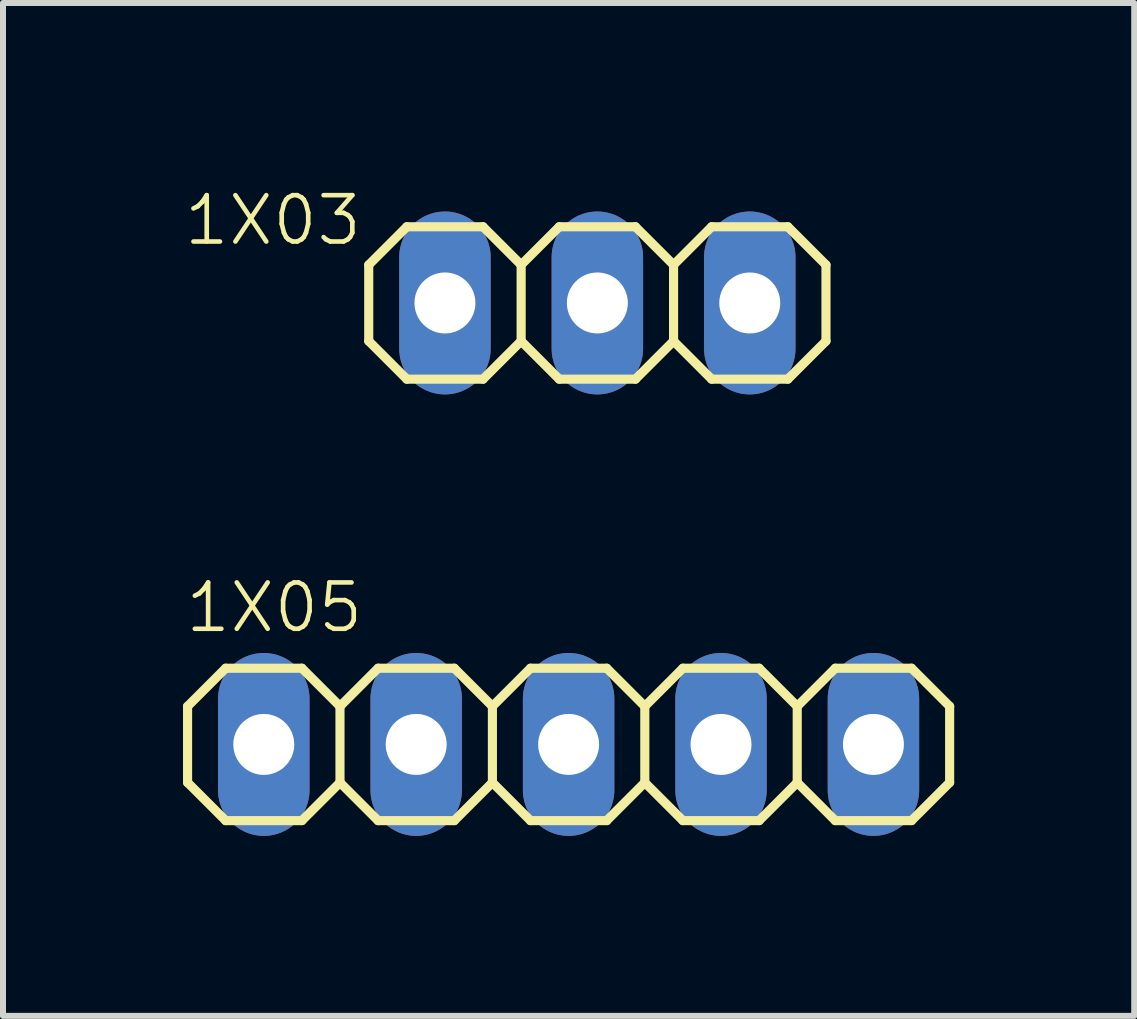
<source format=kicad_pcb>
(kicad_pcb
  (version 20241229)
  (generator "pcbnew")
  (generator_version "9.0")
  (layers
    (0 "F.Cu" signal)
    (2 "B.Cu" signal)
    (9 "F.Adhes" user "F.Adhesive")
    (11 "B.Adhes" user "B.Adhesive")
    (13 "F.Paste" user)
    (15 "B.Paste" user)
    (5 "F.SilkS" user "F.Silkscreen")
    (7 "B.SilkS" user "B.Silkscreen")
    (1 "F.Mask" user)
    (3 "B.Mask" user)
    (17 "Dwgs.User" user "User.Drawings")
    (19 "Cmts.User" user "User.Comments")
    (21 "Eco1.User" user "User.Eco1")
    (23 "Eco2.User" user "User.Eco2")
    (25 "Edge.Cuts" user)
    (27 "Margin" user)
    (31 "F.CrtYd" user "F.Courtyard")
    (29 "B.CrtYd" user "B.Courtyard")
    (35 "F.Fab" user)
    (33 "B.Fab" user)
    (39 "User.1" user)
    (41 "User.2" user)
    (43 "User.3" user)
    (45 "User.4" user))
  (footprint "1X03"
    (layer "F.Cu")
    (at 6.905 1.999)
    (property "Reference" "1X03" (at -3.886 -1.829 180) (layer "F.SilkS") (effects (font (size 0.772 0.772) (thickness 0.077)) (justify right top)))
    (attr through_hole)
    (fp_line (start -3.81 -0.635) (end -3.81 0.635) (stroke (width 0.152) (type solid)) (layer "F.SilkS"))
    (fp_line (start -3.81 0.635) (end -3.175 1.27) (stroke (width 0.152) (type solid)) (layer "F.SilkS"))
    (fp_line (start -3.175 -1.27) (end -3.81 -0.635) (stroke (width 0.152) (type solid)) (layer "F.SilkS"))
    (fp_line (start -3.175 -1.27) (end -1.905 -1.27) (stroke (width 0.152) (type solid)) (layer "F.SilkS"))
    (fp_line (start -1.905 -1.27) (end -1.27 -0.635) (stroke (width 0.152) (type solid)) (layer "F.SilkS"))
    (fp_line (start -1.905 1.27) (end -3.175 1.27) (stroke (width 0.152) (type solid)) (layer "F.SilkS"))
    (fp_line (start -1.27 -0.635) (end -1.27 0.635) (stroke (width 0.152) (type solid)) (layer "F.SilkS"))
    (fp_line (start -1.27 -0.635) (end -0.635 -1.27) (stroke (width 0.152) (type solid)) (layer "F.SilkS"))
    (fp_line (start -1.27 0.635) (end -1.905 1.27) (stroke (width 0.152) (type solid)) (layer "F.SilkS"))
    (fp_line (start -0.635 -1.27) (end 0.635 -1.27) (stroke (width 0.152) (type solid)) (layer "F.SilkS"))
    (fp_line (start -0.635 1.27) (end -1.27 0.635) (stroke (width 0.152) (type solid)) (layer "F.SilkS"))
    (fp_line (start 0.635 -1.27) (end 1.27 -0.635) (stroke (width 0.152) (type solid)) (layer "F.SilkS"))
    (fp_line (start 0.635 1.27) (end -0.635 1.27) (stroke (width 0.152) (type solid)) (layer "F.SilkS"))
    (fp_line (start 1.27 -0.635) (end 1.27 0.635) (stroke (width 0.152) (type solid)) (layer "F.SilkS"))
    (fp_line (start 1.27 -0.635) (end 1.905 -1.27) (stroke (width 0.152) (type solid)) (layer "F.SilkS"))
    (fp_line (start 1.27 0.635) (end 0.635 1.27) (stroke (width 0.152) (type solid)) (layer "F.SilkS"))
    (fp_line (start 1.905 -1.27) (end 3.175 -1.27) (stroke (width 0.152) (type solid)) (layer "F.SilkS"))
    (fp_line (start 1.905 1.27) (end 1.27 0.635) (stroke (width 0.152) (type solid)) (layer "F.SilkS"))
    (fp_line (start 3.175 -1.27) (end 3.81 -0.635) (stroke (width 0.152) (type solid)) (layer "F.SilkS"))
    (fp_line (start 3.175 1.27) (end 1.905 1.27) (stroke (width 0.152) (type solid)) (layer "F.SilkS"))
    (fp_line (start 3.81 -0.635) (end 3.81 0.635) (stroke (width 0.152) (type solid)) (layer "F.SilkS"))
    (fp_line (start 3.81 0.635) (end 3.175 1.27) (stroke (width 0.152) (type solid)) (layer "F.SilkS"))
    (fp_poly (pts (xy -2.794 0.254) (xy -2.286 0.254) (xy -2.286 -0.254) (xy -2.794 -0.254)) (stroke (width 0.1) (type solid)) (fill no) (layer "F.Fab"))
    (fp_poly (pts (xy -0.254 0.254) (xy 0.254 0.254) (xy 0.254 -0.254) (xy -0.254 -0.254)) (stroke (width 0.1) (type solid)) (fill no) (layer "F.Fab"))
    (fp_poly (pts (xy 2.286 0.254) (xy 2.794 0.254) (xy 2.794 -0.254) (xy 2.286 -0.254)) (stroke (width 0.1) (type solid)) (fill no) (layer "F.Fab"))
    (pad "1" thru_hole oval (at -2.54 0 90) (size 3.048 1.524) (drill 1.016) (layers "*.Cu" "*.Mask"))
    (pad "2" thru_hole oval (at 0 0 90) (size 3.048 1.524) (drill 1.016) (layers "*.Cu" "*.Mask"))
    (pad "3" thru_hole oval (at 2.54 0 90) (size 3.048 1.524) (drill 1.016) (layers "*.Cu" "*.Mask")))
  (footprint "1X05"
    (layer "F.Cu")
    (at 6.426 9.356)
    (property "Reference" "1X05" (at -6.426 -1.829 0) (layer "F.SilkS") (effects (font (size 0.772 0.772) (thickness 0.077)) (justify left bottom)))
    (attr through_hole)
    (fp_line (start -6.35 -0.635) (end -6.35 0.635) (stroke (width 0.152) (type solid)) (layer "F.SilkS"))
    (fp_line (start -6.35 0.635) (end -5.715 1.27) (stroke (width 0.152) (type solid)) (layer "F.SilkS"))
    (fp_line (start -5.715 -1.27) (end -6.35 -0.635) (stroke (width 0.152) (type solid)) (layer "F.SilkS"))
    (fp_line (start -5.715 -1.27) (end -4.445 -1.27) (stroke (width 0.152) (type solid)) (layer "F.SilkS"))
    (fp_line (start -4.445 -1.27) (end -3.81 -0.635) (stroke (width 0.152) (type solid)) (layer "F.SilkS"))
    (fp_line (start -4.445 1.27) (end -5.715 1.27) (stroke (width 0.152) (type solid)) (layer "F.SilkS"))
    (fp_line (start -3.81 -0.635) (end -3.81 0.635) (stroke (width 0.152) (type solid)) (layer "F.SilkS"))
    (fp_line (start -3.81 -0.635) (end -3.175 -1.27) (stroke (width 0.152) (type solid)) (layer "F.SilkS"))
    (fp_line (start -3.81 0.635) (end -4.445 1.27) (stroke (width 0.152) (type solid)) (layer "F.SilkS"))
    (fp_line (start -3.175 -1.27) (end -1.905 -1.27) (stroke (width 0.152) (type solid)) (layer "F.SilkS"))
    (fp_line (start -3.175 1.27) (end -3.81 0.635) (stroke (width 0.152) (type solid)) (layer "F.SilkS"))
    (fp_line (start -1.905 -1.27) (end -1.27 -0.635) (stroke (width 0.152) (type solid)) (layer "F.SilkS"))
    (fp_line (start -1.905 1.27) (end -3.175 1.27) (stroke (width 0.152) (type solid)) (layer "F.SilkS"))
    (fp_line (start -1.27 -0.635) (end -1.27 0.635) (stroke (width 0.152) (type solid)) (layer "F.SilkS"))
    (fp_line (start -1.27 -0.635) (end -0.635 -1.27) (stroke (width 0.152) (type solid)) (layer "F.SilkS"))
    (fp_line (start -1.27 0.635) (end -1.905 1.27) (stroke (width 0.152) (type solid)) (layer "F.SilkS"))
    (fp_line (start -0.635 -1.27) (end 0.635 -1.27) (stroke (width 0.152) (type solid)) (layer "F.SilkS"))
    (fp_line (start -0.635 1.27) (end -1.27 0.635) (stroke (width 0.152) (type solid)) (layer "F.SilkS"))
    (fp_line (start 0.635 -1.27) (end 1.27 -0.635) (stroke (width 0.152) (type solid)) (layer "F.SilkS"))
    (fp_line (start 0.635 1.27) (end -0.635 1.27) (stroke (width 0.152) (type solid)) (layer "F.SilkS"))
    (fp_line (start 1.27 -0.635) (end 1.27 0.635) (stroke (width 0.152) (type solid)) (layer "F.SilkS"))
    (fp_line (start 1.27 0.635) (end 0.635 1.27) (stroke (width 0.152) (type solid)) (layer "F.SilkS"))
    (fp_line (start 1.27 0.635) (end 1.905 1.27) (stroke (width 0.152) (type solid)) (layer "F.SilkS"))
    (fp_line (start 1.905 -1.27) (end 1.27 -0.635) (stroke (width 0.152) (type solid)) (layer "F.SilkS"))
    (fp_line (start 1.905 -1.27) (end 3.175 -1.27) (stroke (width 0.152) (type solid)) (layer "F.SilkS"))
    (fp_line (start 3.175 -1.27) (end 3.81 -0.635) (stroke (width 0.152) (type solid)) (layer "F.SilkS"))
    (fp_line (start 3.175 1.27) (end 1.905 1.27) (stroke (width 0.152) (type solid)) (layer "F.SilkS"))
    (fp_line (start 3.81 -0.635) (end 3.81 0.635) (stroke (width 0.152) (type solid)) (layer "F.SilkS"))
    (fp_line (start 3.81 0.635) (end 3.175 1.27) (stroke (width 0.152) (type solid)) (layer "F.SilkS"))
    (fp_line (start 3.81 0.635) (end 4.445 1.27) (stroke (width 0.152) (type solid)) (layer "F.SilkS"))
    (fp_line (start 4.445 -1.27) (end 3.81 -0.635) (stroke (width 0.152) (type solid)) (layer "F.SilkS"))
    (fp_line (start 4.445 -1.27) (end 5.715 -1.27) (stroke (width 0.152) (type solid)) (layer "F.SilkS"))
    (fp_line (start 5.715 -1.27) (end 6.35 -0.635) (stroke (width 0.152) (type solid)) (layer "F.SilkS"))
    (fp_line (start 5.715 1.27) (end 4.445 1.27) (stroke (width 0.152) (type solid)) (layer "F.SilkS"))
    (fp_line (start 6.35 -0.635) (end 6.35 0.635) (stroke (width 0.152) (type solid)) (layer "F.SilkS"))
    (fp_line (start 6.35 0.635) (end 5.715 1.27) (stroke (width 0.152) (type solid)) (layer "F.SilkS"))
    (fp_poly (pts (xy -5.334 0.254) (xy -4.826 0.254) (xy -4.826 -0.254) (xy -5.334 -0.254)) (stroke (width 0.1) (type solid)) (fill no) (layer "F.Fab"))
    (fp_poly (pts (xy -2.794 0.254) (xy -2.286 0.254) (xy -2.286 -0.254) (xy -2.794 -0.254)) (stroke (width 0.1) (type solid)) (fill no) (layer "F.Fab"))
    (fp_poly (pts (xy -0.254 0.254) (xy 0.254 0.254) (xy 0.254 -0.254) (xy -0.254 -0.254)) (stroke (width 0.1) (type solid)) (fill no) (layer "F.Fab"))
    (fp_poly (pts (xy 2.286 0.254) (xy 2.794 0.254) (xy 2.794 -0.254) (xy 2.286 -0.254)) (stroke (width 0.1) (type solid)) (fill no) (layer "F.Fab"))
    (fp_poly (pts (xy 4.826 0.254) (xy 5.334 0.254) (xy 5.334 -0.254) (xy 4.826 -0.254)) (stroke (width 0.1) (type solid)) (fill no) (layer "F.Fab"))
    (pad "1" thru_hole oval (at -5.08 0 90) (size 3.048 1.524) (drill 1.016) (layers "*.Cu" "*.Mask"))
    (pad "2" thru_hole oval (at -2.54 0 90) (size 3.048 1.524) (drill 1.016) (layers "*.Cu" "*.Mask"))
    (pad "3" thru_hole oval (at 0 0 90) (size 3.048 1.524) (drill 1.016) (layers "*.Cu" "*.Mask"))
    (pad "4" thru_hole oval (at 2.54 0 90) (size 3.048 1.524) (drill 1.016) (layers "*.Cu" "*.Mask"))
    (pad "5" thru_hole oval (at 5.08 0 90) (size 3.048 1.524) (drill 1.016) (layers "*.Cu" "*.Mask")))
  (gr_rect
    (start -3 -3)
    (end 15.852 13.88)
    (stroke (width 0.1) (type default))
    (fill no)
    (layer "Edge.Cuts")))
</source>
